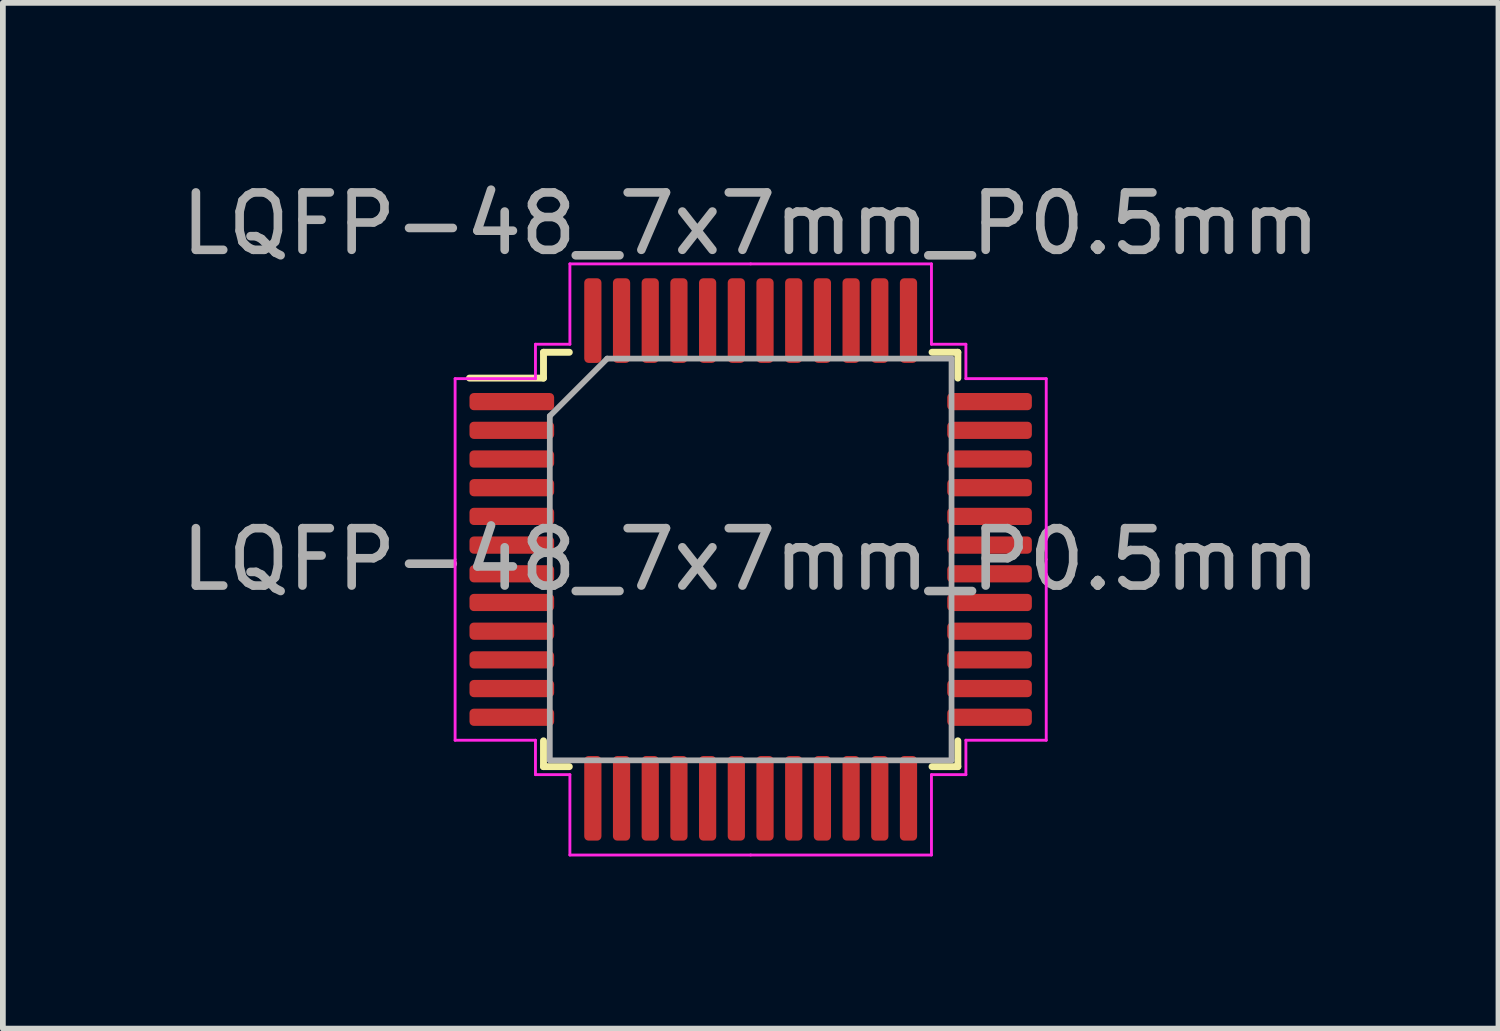
<source format=kicad_pcb>
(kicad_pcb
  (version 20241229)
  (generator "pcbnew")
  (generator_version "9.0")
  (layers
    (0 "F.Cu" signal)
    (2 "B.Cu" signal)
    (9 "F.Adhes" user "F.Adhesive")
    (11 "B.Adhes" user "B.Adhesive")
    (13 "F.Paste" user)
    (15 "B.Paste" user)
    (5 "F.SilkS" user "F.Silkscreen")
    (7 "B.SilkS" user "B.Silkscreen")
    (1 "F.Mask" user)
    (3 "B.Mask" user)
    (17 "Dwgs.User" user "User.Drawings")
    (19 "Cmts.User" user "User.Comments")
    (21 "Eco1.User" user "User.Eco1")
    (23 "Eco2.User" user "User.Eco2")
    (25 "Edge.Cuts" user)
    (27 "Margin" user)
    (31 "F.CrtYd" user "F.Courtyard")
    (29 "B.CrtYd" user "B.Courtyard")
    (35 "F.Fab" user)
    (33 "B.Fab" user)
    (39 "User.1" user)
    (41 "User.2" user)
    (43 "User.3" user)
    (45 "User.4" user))
  (footprint "LQFP-48_7x7mm_P0.5mm"
    (layer "F.Cu")
    (at 10.03 6.698)
    (property "Reference" "LQFP-48_7x7mm_P0.5mm" (at 0 -5.85 0) (layer "F.Fab") (effects (font (size 1 1) (thickness 0.15))))
    (attr smd)
    (fp_line (start -3.61 -3.61) (end -3.61 -3.16) (stroke (width 0.12) (type solid)) (layer "F.SilkS"))
    (fp_line (start -3.61 -3.16) (end -4.9 -3.16) (stroke (width 0.12) (type solid)) (layer "F.SilkS"))
    (fp_line (start -3.61 3.61) (end -3.61 3.16) (stroke (width 0.12) (type solid)) (layer "F.SilkS"))
    (fp_line (start -3.16 -3.61) (end -3.61 -3.61) (stroke (width 0.12) (type solid)) (layer "F.SilkS"))
    (fp_line (start -3.16 3.61) (end -3.61 3.61) (stroke (width 0.12) (type solid)) (layer "F.SilkS"))
    (fp_line (start 3.16 -3.61) (end 3.61 -3.61) (stroke (width 0.12) (type solid)) (layer "F.SilkS"))
    (fp_line (start 3.16 3.61) (end 3.61 3.61) (stroke (width 0.12) (type solid)) (layer "F.SilkS"))
    (fp_line (start 3.61 -3.61) (end 3.61 -3.16) (stroke (width 0.12) (type solid)) (layer "F.SilkS"))
    (fp_line (start 3.61 3.61) (end 3.61 3.16) (stroke (width 0.12) (type solid)) (layer "F.SilkS"))
    (fp_line (start -5.15 -3.15) (end -5.15 0) (stroke (width 0.05) (type solid)) (layer "F.CrtYd"))
    (fp_line (start -5.15 3.15) (end -5.15 0) (stroke (width 0.05) (type solid)) (layer "F.CrtYd"))
    (fp_line (start -3.75 -3.75) (end -3.75 -3.15) (stroke (width 0.05) (type solid)) (layer "F.CrtYd"))
    (fp_line (start -3.75 -3.15) (end -5.15 -3.15) (stroke (width 0.05) (type solid)) (layer "F.CrtYd"))
    (fp_line (start -3.75 3.15) (end -5.15 3.15) (stroke (width 0.05) (type solid)) (layer "F.CrtYd"))
    (fp_line (start -3.75 3.75) (end -3.75 3.15) (stroke (width 0.05) (type solid)) (layer "F.CrtYd"))
    (fp_line (start -3.15 -5.15) (end -3.15 -3.75) (stroke (width 0.05) (type solid)) (layer "F.CrtYd"))
    (fp_line (start -3.15 -3.75) (end -3.75 -3.75) (stroke (width 0.05) (type solid)) (layer "F.CrtYd"))
    (fp_line (start -3.15 3.75) (end -3.75 3.75) (stroke (width 0.05) (type solid)) (layer "F.CrtYd"))
    (fp_line (start -3.15 5.15) (end -3.15 3.75) (stroke (width 0.05) (type solid)) (layer "F.CrtYd"))
    (fp_line (start 0 -5.15) (end -3.15 -5.15) (stroke (width 0.05) (type solid)) (layer "F.CrtYd"))
    (fp_line (start 0 -5.15) (end 3.15 -5.15) (stroke (width 0.05) (type solid)) (layer "F.CrtYd"))
    (fp_line (start 0 5.15) (end -3.15 5.15) (stroke (width 0.05) (type solid)) (layer "F.CrtYd"))
    (fp_line (start 0 5.15) (end 3.15 5.15) (stroke (width 0.05) (type solid)) (layer "F.CrtYd"))
    (fp_line (start 3.15 -5.15) (end 3.15 -3.75) (stroke (width 0.05) (type solid)) (layer "F.CrtYd"))
    (fp_line (start 3.15 -3.75) (end 3.75 -3.75) (stroke (width 0.05) (type solid)) (layer "F.CrtYd"))
    (fp_line (start 3.15 3.75) (end 3.75 3.75) (stroke (width 0.05) (type solid)) (layer "F.CrtYd"))
    (fp_line (start 3.15 5.15) (end 3.15 3.75) (stroke (width 0.05) (type solid)) (layer "F.CrtYd"))
    (fp_line (start 3.75 -3.75) (end 3.75 -3.15) (stroke (width 0.05) (type solid)) (layer "F.CrtYd"))
    (fp_line (start 3.75 -3.15) (end 5.15 -3.15) (stroke (width 0.05) (type solid)) (layer "F.CrtYd"))
    (fp_line (start 3.75 3.15) (end 5.15 3.15) (stroke (width 0.05) (type solid)) (layer "F.CrtYd"))
    (fp_line (start 3.75 3.75) (end 3.75 3.15) (stroke (width 0.05) (type solid)) (layer "F.CrtYd"))
    (fp_line (start 5.15 -3.15) (end 5.15 0) (stroke (width 0.05) (type solid)) (layer "F.CrtYd"))
    (fp_line (start 5.15 3.15) (end 5.15 0) (stroke (width 0.05) (type solid)) (layer "F.CrtYd"))
    (fp_line (start -3.5 -2.5) (end -2.5 -3.5) (stroke (width 0.1) (type solid)) (layer "F.Fab"))
    (fp_line (start -3.5 3.5) (end -3.5 -2.5) (stroke (width 0.1) (type solid)) (layer "F.Fab"))
    (fp_line (start -2.5 -3.5) (end 3.5 -3.5) (stroke (width 0.1) (type solid)) (layer "F.Fab"))
    (fp_line (start 3.5 -3.5) (end 3.5 3.5) (stroke (width 0.1) (type solid)) (layer "F.Fab"))
    (fp_line (start 3.5 3.5) (end -3.5 3.5) (stroke (width 0.1) (type solid)) (layer "F.Fab"))
    (fp_text user "${REFERENCE}" (at 0 0 0) (layer "F.Fab") (effects (font (size 1 1) (thickness 0.15))))
    (pad "1" smd roundrect (at -4.162 -2.75) (size 1.475 0.3) (layers "F.Cu" "F.Mask" "F.Paste") (roundrect_rratio 0.25))
    (pad "2" smd roundrect (at -4.162 -2.25) (size 1.475 0.3) (layers "F.Cu" "F.Mask" "F.Paste") (roundrect_rratio 0.25))
    (pad "3" smd roundrect (at -4.162 -1.75) (size 1.475 0.3) (layers "F.Cu" "F.Mask" "F.Paste") (roundrect_rratio 0.25))
    (pad "4" smd roundrect (at -4.162 -1.25) (size 1.475 0.3) (layers "F.Cu" "F.Mask" "F.Paste") (roundrect_rratio 0.25))
    (pad "5" smd roundrect (at -4.162 -0.75) (size 1.475 0.3) (layers "F.Cu" "F.Mask" "F.Paste") (roundrect_rratio 0.25))
    (pad "6" smd roundrect (at -4.162 -0.25) (size 1.475 0.3) (layers "F.Cu" "F.Mask" "F.Paste") (roundrect_rratio 0.25))
    (pad "7" smd roundrect (at -4.162 0.25) (size 1.475 0.3) (layers "F.Cu" "F.Mask" "F.Paste") (roundrect_rratio 0.25))
    (pad "8" smd roundrect (at -4.162 0.75) (size 1.475 0.3) (layers "F.Cu" "F.Mask" "F.Paste") (roundrect_rratio 0.25))
    (pad "9" smd roundrect (at -4.162 1.25) (size 1.475 0.3) (layers "F.Cu" "F.Mask" "F.Paste") (roundrect_rratio 0.25))
    (pad "10" smd roundrect (at -4.162 1.75) (size 1.475 0.3) (layers "F.Cu" "F.Mask" "F.Paste") (roundrect_rratio 0.25))
    (pad "11" smd roundrect (at -4.162 2.25) (size 1.475 0.3) (layers "F.Cu" "F.Mask" "F.Paste") (roundrect_rratio 0.25))
    (pad "12" smd roundrect (at -4.162 2.75) (size 1.475 0.3) (layers "F.Cu" "F.Mask" "F.Paste") (roundrect_rratio 0.25))
    (pad "13" smd roundrect (at -2.75 4.162) (size 0.3 1.475) (layers "F.Cu" "F.Mask" "F.Paste") (roundrect_rratio 0.25))
    (pad "14" smd roundrect (at -2.25 4.162) (size 0.3 1.475) (layers "F.Cu" "F.Mask" "F.Paste") (roundrect_rratio 0.25))
    (pad "15" smd roundrect (at -1.75 4.162) (size 0.3 1.475) (layers "F.Cu" "F.Mask" "F.Paste") (roundrect_rratio 0.25))
    (pad "16" smd roundrect (at -1.25 4.162) (size 0.3 1.475) (layers "F.Cu" "F.Mask" "F.Paste") (roundrect_rratio 0.25))
    (pad "17" smd roundrect (at -0.75 4.162) (size 0.3 1.475) (layers "F.Cu" "F.Mask" "F.Paste") (roundrect_rratio 0.25))
    (pad "18" smd roundrect (at -0.25 4.162) (size 0.3 1.475) (layers "F.Cu" "F.Mask" "F.Paste") (roundrect_rratio 0.25))
    (pad "19" smd roundrect (at 0.25 4.162) (size 0.3 1.475) (layers "F.Cu" "F.Mask" "F.Paste") (roundrect_rratio 0.25))
    (pad "20" smd roundrect (at 0.75 4.162) (size 0.3 1.475) (layers "F.Cu" "F.Mask" "F.Paste") (roundrect_rratio 0.25))
    (pad "21" smd roundrect (at 1.25 4.162) (size 0.3 1.475) (layers "F.Cu" "F.Mask" "F.Paste") (roundrect_rratio 0.25))
    (pad "22" smd roundrect (at 1.75 4.162) (size 0.3 1.475) (layers "F.Cu" "F.Mask" "F.Paste") (roundrect_rratio 0.25))
    (pad "23" smd roundrect (at 2.25 4.162) (size 0.3 1.475) (layers "F.Cu" "F.Mask" "F.Paste") (roundrect_rratio 0.25))
    (pad "24" smd roundrect (at 2.75 4.162) (size 0.3 1.475) (layers "F.Cu" "F.Mask" "F.Paste") (roundrect_rratio 0.25))
    (pad "25" smd roundrect (at 4.162 2.75) (size 1.475 0.3) (layers "F.Cu" "F.Mask" "F.Paste") (roundrect_rratio 0.25))
    (pad "26" smd roundrect (at 4.162 2.25) (size 1.475 0.3) (layers "F.Cu" "F.Mask" "F.Paste") (roundrect_rratio 0.25))
    (pad "27" smd roundrect (at 4.162 1.75) (size 1.475 0.3) (layers "F.Cu" "F.Mask" "F.Paste") (roundrect_rratio 0.25))
    (pad "28" smd roundrect (at 4.162 1.25) (size 1.475 0.3) (layers "F.Cu" "F.Mask" "F.Paste") (roundrect_rratio 0.25))
    (pad "29" smd roundrect (at 4.162 0.75) (size 1.475 0.3) (layers "F.Cu" "F.Mask" "F.Paste") (roundrect_rratio 0.25))
    (pad "30" smd roundrect (at 4.162 0.25) (size 1.475 0.3) (layers "F.Cu" "F.Mask" "F.Paste") (roundrect_rratio 0.25))
    (pad "31" smd roundrect (at 4.162 -0.25) (size 1.475 0.3) (layers "F.Cu" "F.Mask" "F.Paste") (roundrect_rratio 0.25))
    (pad "32" smd roundrect (at 4.162 -0.75) (size 1.475 0.3) (layers "F.Cu" "F.Mask" "F.Paste") (roundrect_rratio 0.25))
    (pad "33" smd roundrect (at 4.162 -1.25) (size 1.475 0.3) (layers "F.Cu" "F.Mask" "F.Paste") (roundrect_rratio 0.25))
    (pad "34" smd roundrect (at 4.162 -1.75) (size 1.475 0.3) (layers "F.Cu" "F.Mask" "F.Paste") (roundrect_rratio 0.25))
    (pad "35" smd roundrect (at 4.162 -2.25) (size 1.475 0.3) (layers "F.Cu" "F.Mask" "F.Paste") (roundrect_rratio 0.25))
    (pad "36" smd roundrect (at 4.162 -2.75) (size 1.475 0.3) (layers "F.Cu" "F.Mask" "F.Paste") (roundrect_rratio 0.25))
    (pad "37" smd roundrect (at 2.75 -4.162) (size 0.3 1.475) (layers "F.Cu" "F.Mask" "F.Paste") (roundrect_rratio 0.25))
    (pad "38" smd roundrect (at 2.25 -4.162) (size 0.3 1.475) (layers "F.Cu" "F.Mask" "F.Paste") (roundrect_rratio 0.25))
    (pad "39" smd roundrect (at 1.75 -4.162) (size 0.3 1.475) (layers "F.Cu" "F.Mask" "F.Paste") (roundrect_rratio 0.25))
    (pad "40" smd roundrect (at 1.25 -4.162) (size 0.3 1.475) (layers "F.Cu" "F.Mask" "F.Paste") (roundrect_rratio 0.25))
    (pad "41" smd roundrect (at 0.75 -4.162) (size 0.3 1.475) (layers "F.Cu" "F.Mask" "F.Paste") (roundrect_rratio 0.25))
    (pad "42" smd roundrect (at 0.25 -4.162) (size 0.3 1.475) (layers "F.Cu" "F.Mask" "F.Paste") (roundrect_rratio 0.25))
    (pad "43" smd roundrect (at -0.25 -4.162) (size 0.3 1.475) (layers "F.Cu" "F.Mask" "F.Paste") (roundrect_rratio 0.25))
    (pad "44" smd roundrect (at -0.75 -4.162) (size 0.3 1.475) (layers "F.Cu" "F.Mask" "F.Paste") (roundrect_rratio 0.25))
    (pad "45" smd roundrect (at -1.25 -4.162) (size 0.3 1.475) (layers "F.Cu" "F.Mask" "F.Paste") (roundrect_rratio 0.25))
    (pad "46" smd roundrect (at -1.75 -4.162) (size 0.3 1.475) (layers "F.Cu" "F.Mask" "F.Paste") (roundrect_rratio 0.25))
    (pad "47" smd roundrect (at -2.25 -4.162) (size 0.3 1.475) (layers "F.Cu" "F.Mask" "F.Paste") (roundrect_rratio 0.25))
    (pad "48" smd roundrect (at -2.75 -4.162) (size 0.3 1.475) (layers "F.Cu" "F.Mask" "F.Paste") (roundrect_rratio 0.25)))
  (gr_rect
    (start -3 -3)
    (end 23.06 14.873)
    (stroke (width 0.1) (type default))
    (fill no)
    (layer "Edge.Cuts")))
</source>
